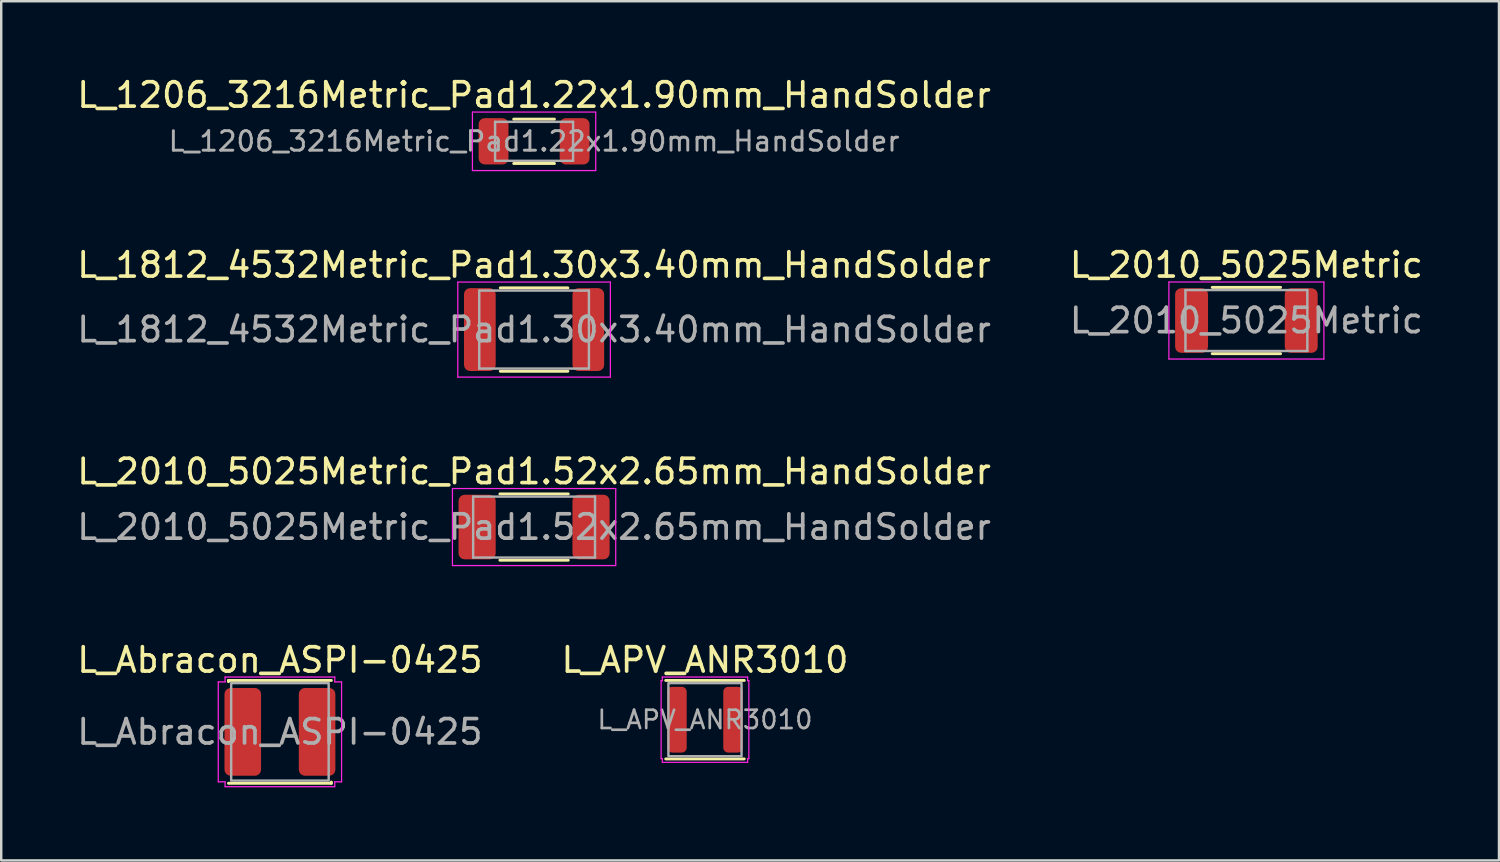
<source format=kicad_pcb>
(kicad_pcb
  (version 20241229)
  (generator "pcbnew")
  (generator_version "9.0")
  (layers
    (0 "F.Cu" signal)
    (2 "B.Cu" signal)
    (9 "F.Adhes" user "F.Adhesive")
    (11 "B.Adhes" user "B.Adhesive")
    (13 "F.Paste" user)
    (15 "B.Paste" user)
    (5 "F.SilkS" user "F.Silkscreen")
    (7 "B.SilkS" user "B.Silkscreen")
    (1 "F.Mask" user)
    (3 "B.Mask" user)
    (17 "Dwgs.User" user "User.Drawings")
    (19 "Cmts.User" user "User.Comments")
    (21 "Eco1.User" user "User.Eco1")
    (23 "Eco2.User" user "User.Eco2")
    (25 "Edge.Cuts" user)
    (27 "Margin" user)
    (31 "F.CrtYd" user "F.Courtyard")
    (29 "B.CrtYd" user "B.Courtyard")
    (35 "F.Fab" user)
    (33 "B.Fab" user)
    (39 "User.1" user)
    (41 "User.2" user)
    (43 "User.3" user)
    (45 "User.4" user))
  (footprint "L_Abracon_ASPI-0425"
    (layer "F.Cu")
    (at 8.435 26.978)
    (property "Reference" "L_Abracon_ASPI-0425" (at 0 -2.95 0) (layer "F.SilkS") (effects (font (size 1 1) (thickness 0.15))))
    (attr smd)
    (fp_line (start -2.11 -2.11) (end 2.11 -2.11) (stroke (width 0.12) (type solid)) (layer "F.SilkS"))
    (fp_line (start -2.11 -2.06) (end -2.11 -2.11) (stroke (width 0.12) (type solid)) (layer "F.SilkS"))
    (fp_line (start 2.11 2.06) (end 2.11 2.11) (stroke (width 0.12) (type solid)) (layer "F.SilkS"))
    (fp_line (start 2.11 2.11) (end -2.11 2.11) (stroke (width 0.12) (type solid)) (layer "F.SilkS"))
    (fp_line (start -2.53 -2.05) (end -2.25 -2.05) (stroke (width 0.05) (type solid)) (layer "F.CrtYd"))
    (fp_line (start -2.53 2.05) (end -2.53 -2.05) (stroke (width 0.05) (type solid)) (layer "F.CrtYd"))
    (fp_line (start -2.25 -2.25) (end 2.25 -2.25) (stroke (width 0.05) (type solid)) (layer "F.CrtYd"))
    (fp_line (start -2.25 -2.05) (end -2.25 -2.25) (stroke (width 0.05) (type solid)) (layer "F.CrtYd"))
    (fp_line (start -2.25 2.05) (end -2.53 2.05) (stroke (width 0.05) (type solid)) (layer "F.CrtYd"))
    (fp_line (start -2.25 2.25) (end -2.25 2.05) (stroke (width 0.05) (type solid)) (layer "F.CrtYd"))
    (fp_line (start 2.25 -2.25) (end 2.25 -2.05) (stroke (width 0.05) (type solid)) (layer "F.CrtYd"))
    (fp_line (start 2.25 -2.05) (end 2.53 -2.05) (stroke (width 0.05) (type solid)) (layer "F.CrtYd"))
    (fp_line (start 2.25 2.05) (end 2.25 2.25) (stroke (width 0.05) (type solid)) (layer "F.CrtYd"))
    (fp_line (start 2.25 2.25) (end -2.25 2.25) (stroke (width 0.05) (type solid)) (layer "F.CrtYd"))
    (fp_line (start 2.53 -2.05) (end 2.53 2.05) (stroke (width 0.05) (type solid)) (layer "F.CrtYd"))
    (fp_line (start 2.53 2.05) (end 2.25 2.05) (stroke (width 0.05) (type solid)) (layer "F.CrtYd"))
    (fp_rect (start -2 -2) (end 2 2) (stroke (width 0.1) (type solid)) (fill no) (layer "F.Fab"))
    (fp_text user "${REFERENCE}" (at 0 0 0) (layer "F.Fab") (effects (font (size 1 1) (thickness 0.15))))
    (pad "1" smd roundrect (at -1.525 0) (size 1.5 3.6) (layers "F.Cu" "F.Mask" "F.Paste") (roundrect_rratio 0.167))
    (pad "2" smd roundrect (at 1.525 0) (size 1.5 3.6) (layers "F.Cu" "F.Mask" "F.Paste") (roundrect_rratio 0.167)))
  (footprint "L_1812_4532Metric_Pad1.30x3.40mm_HandSolder"
    (layer "F.Cu")
    (at 18.863 10.472)
    (property "Reference" "L_1812_4532Metric_Pad1.30x3.40mm_HandSolder" (at 0 -2.65 0) (layer "F.SilkS") (effects (font (size 1 1) (thickness 0.15))))
    (attr smd)
    (fp_line (start -1.386 -1.71) (end 1.386 -1.71) (stroke (width 0.12) (type solid)) (layer "F.SilkS"))
    (fp_line (start -1.386 1.71) (end 1.386 1.71) (stroke (width 0.12) (type solid)) (layer "F.SilkS"))
    (fp_line (start -3.13 -1.95) (end 3.13 -1.95) (stroke (width 0.05) (type solid)) (layer "F.CrtYd"))
    (fp_line (start -3.13 1.95) (end -3.13 -1.95) (stroke (width 0.05) (type solid)) (layer "F.CrtYd"))
    (fp_line (start 3.13 -1.95) (end 3.13 1.95) (stroke (width 0.05) (type solid)) (layer "F.CrtYd"))
    (fp_line (start 3.13 1.95) (end -3.13 1.95) (stroke (width 0.05) (type solid)) (layer "F.CrtYd"))
    (fp_line (start -2.25 -1.6) (end 2.25 -1.6) (stroke (width 0.1) (type solid)) (layer "F.Fab"))
    (fp_line (start -2.25 1.6) (end -2.25 -1.6) (stroke (width 0.1) (type solid)) (layer "F.Fab"))
    (fp_line (start 2.25 -1.6) (end 2.25 1.6) (stroke (width 0.1) (type solid)) (layer "F.Fab"))
    (fp_line (start 2.25 1.6) (end -2.25 1.6) (stroke (width 0.1) (type solid)) (layer "F.Fab"))
    (fp_text user "${REFERENCE}" (at 0 0 0) (layer "F.Fab") (effects (font (size 1 1) (thickness 0.15))))
    (pad "1" smd roundrect (at -2.225 0) (size 1.3 3.4) (layers "F.Cu" "F.Mask" "F.Paste") (roundrect_rratio 0.192))
    (pad "2" smd roundrect (at 2.225 0) (size 1.3 3.4) (layers "F.Cu" "F.Mask" "F.Paste") (roundrect_rratio 0.192)))
  (footprint "L_2010_5025Metric_Pad1.52x2.65mm_HandSolder"
    (layer "F.Cu")
    (at 18.863 18.575)
    (property "Reference" "L_2010_5025Metric_Pad1.52x2.65mm_HandSolder" (at 0 -2.28 0) (layer "F.SilkS") (effects (font (size 1 1) (thickness 0.15))))
    (attr smd)
    (fp_line (start -1.402 -1.36) (end 1.402 -1.36) (stroke (width 0.12) (type solid)) (layer "F.SilkS"))
    (fp_line (start -1.402 1.36) (end 1.402 1.36) (stroke (width 0.12) (type solid)) (layer "F.SilkS"))
    (fp_line (start -3.35 -1.58) (end 3.35 -1.58) (stroke (width 0.05) (type solid)) (layer "F.CrtYd"))
    (fp_line (start -3.35 1.58) (end -3.35 -1.58) (stroke (width 0.05) (type solid)) (layer "F.CrtYd"))
    (fp_line (start 3.35 -1.58) (end 3.35 1.58) (stroke (width 0.05) (type solid)) (layer "F.CrtYd"))
    (fp_line (start 3.35 1.58) (end -3.35 1.58) (stroke (width 0.05) (type solid)) (layer "F.CrtYd"))
    (fp_line (start -2.5 -1.25) (end 2.5 -1.25) (stroke (width 0.1) (type solid)) (layer "F.Fab"))
    (fp_line (start -2.5 1.25) (end -2.5 -1.25) (stroke (width 0.1) (type solid)) (layer "F.Fab"))
    (fp_line (start 2.5 -1.25) (end 2.5 1.25) (stroke (width 0.1) (type solid)) (layer "F.Fab"))
    (fp_line (start 2.5 1.25) (end -2.5 1.25) (stroke (width 0.1) (type solid)) (layer "F.Fab"))
    (fp_text user "${REFERENCE}" (at 0 0 0) (layer "F.Fab") (effects (font (size 1 1) (thickness 0.15))))
    (pad "1" smd roundrect (at -2.337 0) (size 1.525 2.65) (layers "F.Cu" "F.Mask" "F.Paste") (roundrect_rratio 0.164))
    (pad "2" smd roundrect (at 2.337 0) (size 1.525 2.65) (layers "F.Cu" "F.Mask" "F.Paste") (roundrect_rratio 0.164)))
  (footprint "L_APV_ANR3010"
    (layer "F.Cu")
    (at 25.875 26.478)
    (property "Reference" "L_APV_ANR3010" (at 0 -2.45 0) (layer "F.SilkS") (effects (font (size 1 1) (thickness 0.15))))
    (attr smd)
    (fp_line (start -1.61 -1.61) (end 1.61 -1.61) (stroke (width 0.12) (type solid)) (layer "F.SilkS"))
    (fp_line (start 1.61 1.61) (end -1.61 1.61) (stroke (width 0.12) (type solid)) (layer "F.SilkS"))
    (fp_line (start -1.8 -1.6) (end -1.75 -1.6) (stroke (width 0.05) (type solid)) (layer "F.CrtYd"))
    (fp_line (start -1.8 1.6) (end -1.8 -1.6) (stroke (width 0.05) (type solid)) (layer "F.CrtYd"))
    (fp_line (start -1.75 -1.75) (end 1.75 -1.75) (stroke (width 0.05) (type solid)) (layer "F.CrtYd"))
    (fp_line (start -1.75 -1.6) (end -1.75 -1.75) (stroke (width 0.05) (type solid)) (layer "F.CrtYd"))
    (fp_line (start -1.75 1.6) (end -1.8 1.6) (stroke (width 0.05) (type solid)) (layer "F.CrtYd"))
    (fp_line (start -1.75 1.75) (end -1.75 1.6) (stroke (width 0.05) (type solid)) (layer "F.CrtYd"))
    (fp_line (start 1.75 -1.75) (end 1.75 -1.6) (stroke (width 0.05) (type solid)) (layer "F.CrtYd"))
    (fp_line (start 1.75 -1.6) (end 1.8 -1.6) (stroke (width 0.05) (type solid)) (layer "F.CrtYd"))
    (fp_line (start 1.75 1.6) (end 1.75 1.75) (stroke (width 0.05) (type solid)) (layer "F.CrtYd"))
    (fp_line (start 1.75 1.75) (end -1.75 1.75) (stroke (width 0.05) (type solid)) (layer "F.CrtYd"))
    (fp_line (start 1.8 -1.6) (end 1.8 1.6) (stroke (width 0.05) (type solid)) (layer "F.CrtYd"))
    (fp_line (start 1.8 1.6) (end 1.75 1.6) (stroke (width 0.05) (type solid)) (layer "F.CrtYd"))
    (fp_rect (start -1.5 -1.5) (end 1.5 1.5) (stroke (width 0.1) (type solid)) (fill no) (layer "F.Fab"))
    (fp_text user "${REFERENCE}" (at 0 0 0) (layer "F.Fab") (effects (font (size 0.75 0.75) (thickness 0.11))))
    (pad "1" smd roundrect (at -1.15 0) (size 0.8 2.7) (layers "F.Cu" "F.Mask" "F.Paste") (roundrect_rratio 0.25))
    (pad "2" smd roundrect (at 1.15 0) (size 0.8 2.7) (layers "F.Cu" "F.Mask" "F.Paste") (roundrect_rratio 0.25)))
  (footprint "L_2010_5025Metric"
    (layer "F.Cu")
    (at 48.089 10.101)
    (property "Reference" "L_2010_5025Metric" (at 0 -2.28 0) (layer "F.SilkS") (effects (font (size 1 1) (thickness 0.15))))
    (attr smd)
    (fp_line (start -1.402 -1.36) (end 1.402 -1.36) (stroke (width 0.12) (type solid)) (layer "F.SilkS"))
    (fp_line (start -1.402 1.36) (end 1.402 1.36) (stroke (width 0.12) (type solid)) (layer "F.SilkS"))
    (fp_line (start -3.18 -1.58) (end 3.18 -1.58) (stroke (width 0.05) (type solid)) (layer "F.CrtYd"))
    (fp_line (start -3.18 1.58) (end -3.18 -1.58) (stroke (width 0.05) (type solid)) (layer "F.CrtYd"))
    (fp_line (start 3.18 -1.58) (end 3.18 1.58) (stroke (width 0.05) (type solid)) (layer "F.CrtYd"))
    (fp_line (start 3.18 1.58) (end -3.18 1.58) (stroke (width 0.05) (type solid)) (layer "F.CrtYd"))
    (fp_line (start -2.5 -1.25) (end 2.5 -1.25) (stroke (width 0.1) (type solid)) (layer "F.Fab"))
    (fp_line (start -2.5 1.25) (end -2.5 -1.25) (stroke (width 0.1) (type solid)) (layer "F.Fab"))
    (fp_line (start 2.5 -1.25) (end 2.5 1.25) (stroke (width 0.1) (type solid)) (layer "F.Fab"))
    (fp_line (start 2.5 1.25) (end -2.5 1.25) (stroke (width 0.1) (type solid)) (layer "F.Fab"))
    (fp_text user "${REFERENCE}" (at 0 0 0) (layer "F.Fab") (effects (font (size 1 1) (thickness 0.15))))
    (pad "1" smd roundrect (at -2.25 0) (size 1.35 2.65) (layers "F.Cu" "F.Mask" "F.Paste") (roundrect_rratio 0.185))
    (pad "2" smd roundrect (at 2.25 0) (size 1.35 2.65) (layers "F.Cu" "F.Mask" "F.Paste") (roundrect_rratio 0.185)))
  (footprint "L_1206_3216Metric_Pad1.22x1.90mm_HandSolder"
    (layer "F.Cu")
    (at 18.863 2.748)
    (property "Reference" "L_1206_3216Metric_Pad1.22x1.90mm_HandSolder" (at 0 -1.9 0) (layer "F.SilkS") (effects (font (size 1 1) (thickness 0.15))))
    (attr smd)
    (fp_line (start -0.835 -0.91) (end 0.835 -0.91) (stroke (width 0.12) (type solid)) (layer "F.SilkS"))
    (fp_line (start -0.835 0.91) (end 0.835 0.91) (stroke (width 0.12) (type solid)) (layer "F.SilkS"))
    (fp_line (start -2.53 -1.2) (end 2.53 -1.2) (stroke (width 0.05) (type solid)) (layer "F.CrtYd"))
    (fp_line (start -2.53 1.2) (end -2.53 -1.2) (stroke (width 0.05) (type solid)) (layer "F.CrtYd"))
    (fp_line (start 2.53 -1.2) (end 2.53 1.2) (stroke (width 0.05) (type solid)) (layer "F.CrtYd"))
    (fp_line (start 2.53 1.2) (end -2.53 1.2) (stroke (width 0.05) (type solid)) (layer "F.CrtYd"))
    (fp_line (start -1.6 -0.8) (end 1.6 -0.8) (stroke (width 0.1) (type solid)) (layer "F.Fab"))
    (fp_line (start -1.6 0.8) (end -1.6 -0.8) (stroke (width 0.1) (type solid)) (layer "F.Fab"))
    (fp_line (start 1.6 -0.8) (end 1.6 0.8) (stroke (width 0.1) (type solid)) (layer "F.Fab"))
    (fp_line (start 1.6 0.8) (end -1.6 0.8) (stroke (width 0.1) (type solid)) (layer "F.Fab"))
    (fp_text user "${REFERENCE}" (at 0 0 0) (layer "F.Fab") (effects (font (size 0.8 0.8) (thickness 0.12))))
    (pad "1" smd roundrect (at -1.663 0) (size 1.225 1.9) (layers "F.Cu" "F.Mask" "F.Paste") (roundrect_rratio 0.204))
    (pad "2" smd roundrect (at 1.663 0) (size 1.225 1.9) (layers "F.Cu" "F.Mask" "F.Paste") (roundrect_rratio 0.204)))
  (gr_rect
    (start -3 -3)
    (end 58.452 32.253)
    (stroke (width 0.1) (type default))
    (fill no)
    (layer "Edge.Cuts")))
</source>
